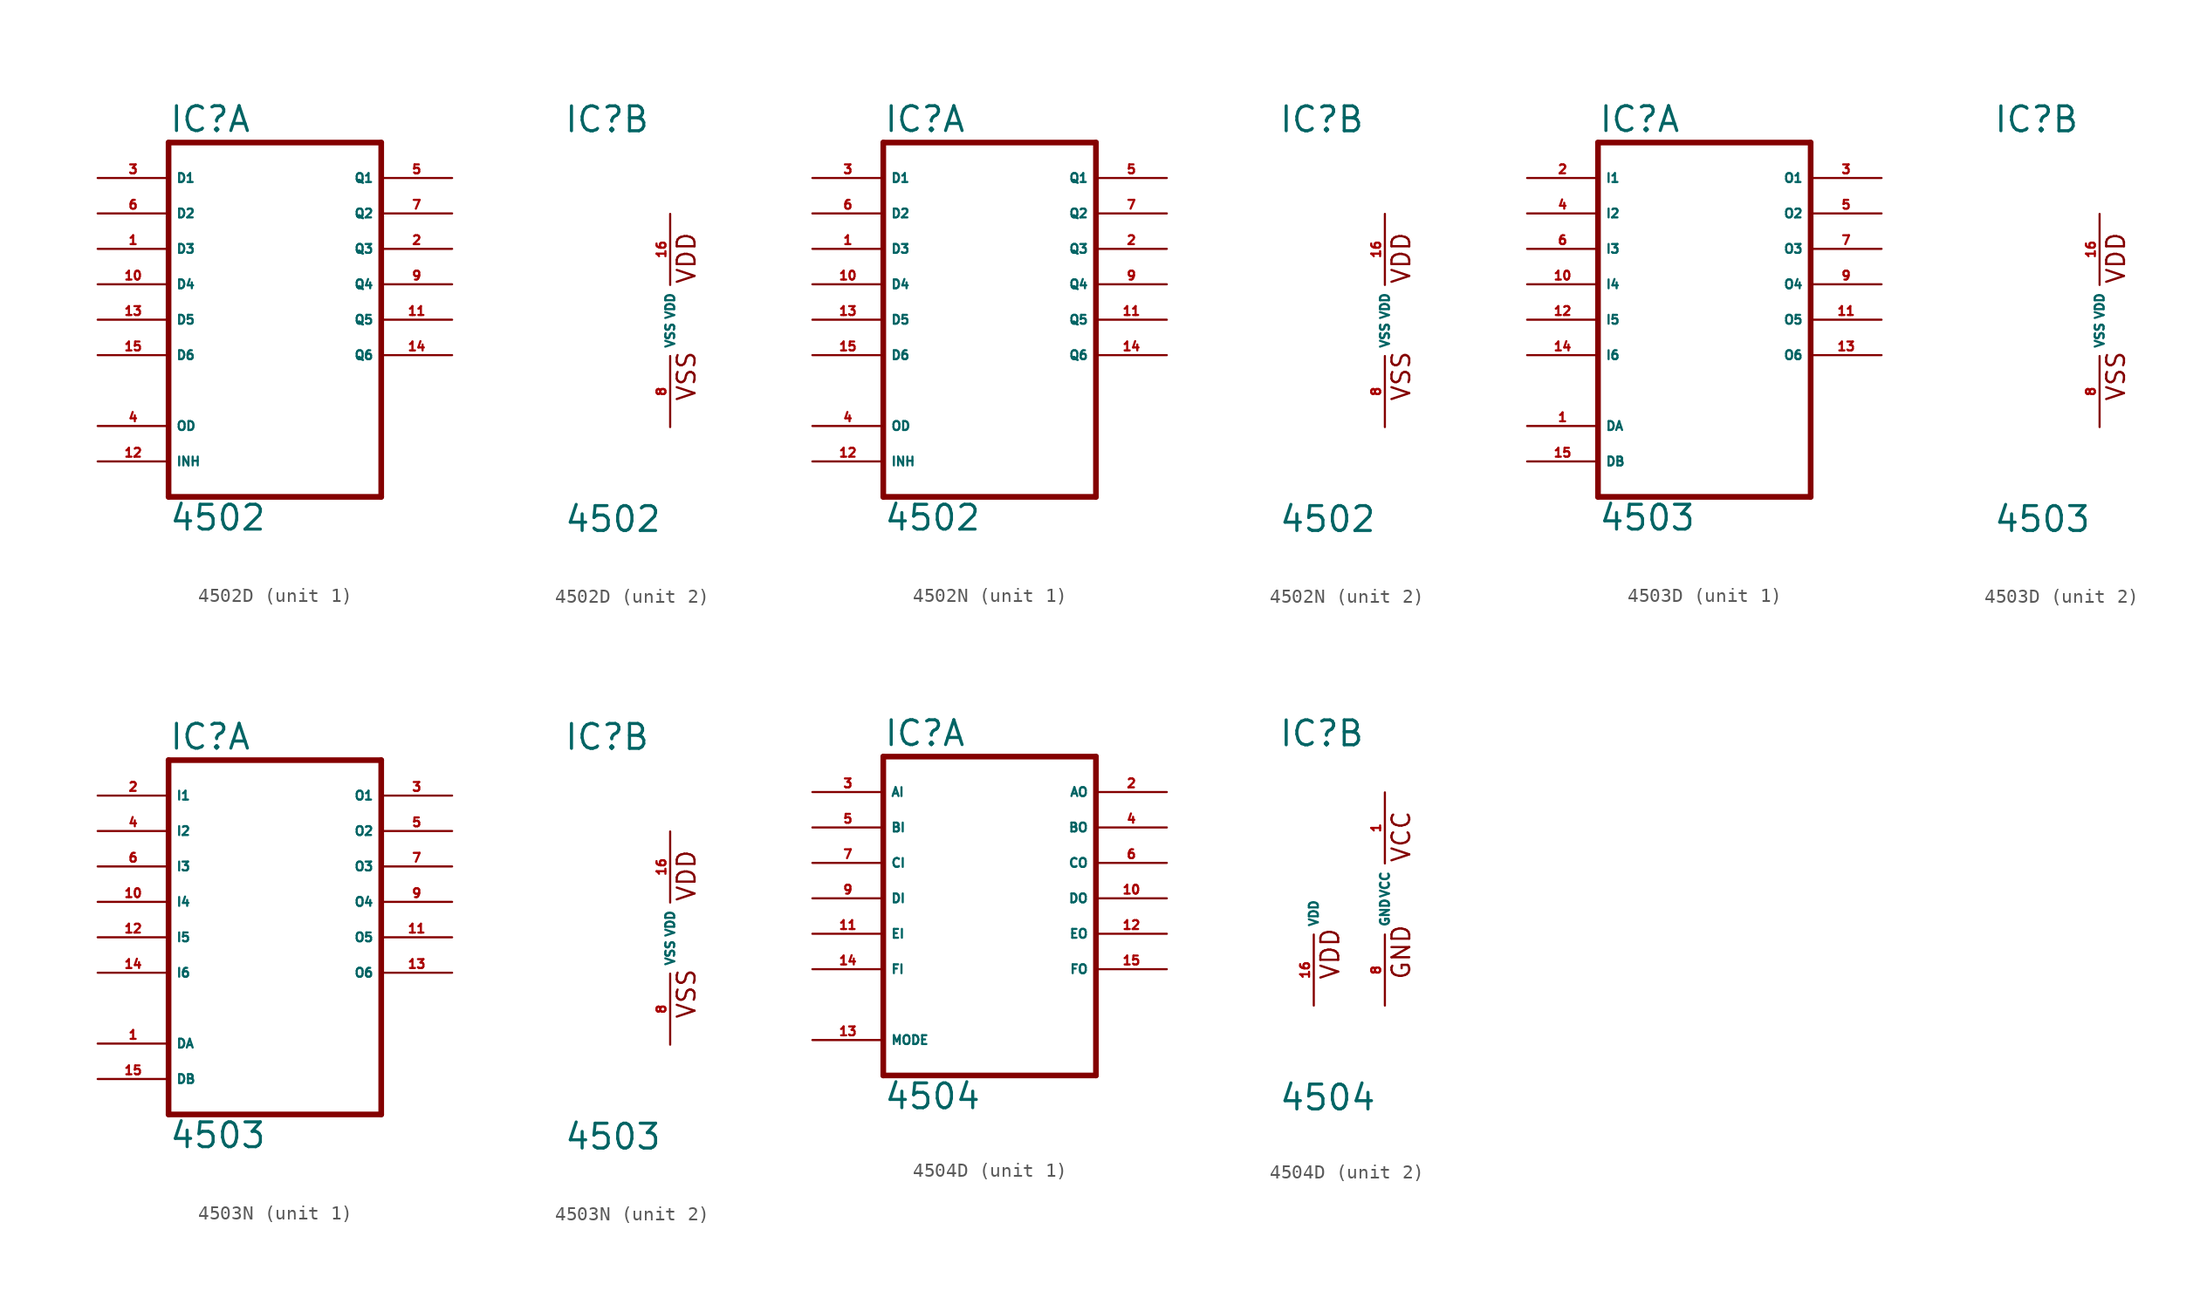
<source format=kicad_sym>
(kicad_symbol_lib
  (version 20220914)
  (generator Eagle2Kicad)
  (symbol "4502D"
    (property "Reference" "IC"
      (at -7.62 13.335 0)
      (effects (font (size 1.778 1.778) (thickness 0.22)) (justify left bottom)))
    (property "Value" "4502"
      (at -7.62 -15.24 0)
      (effects (font (size 1.778 1.778) (thickness 0.22)) (justify left bottom)))
    (symbol "4502D_1_0"
      (polyline (pts (xy -7.62 -12.7) (xy 7.62 -12.7)) (stroke (width 0.406) (type default)) (fill (type none)))
      (polyline (pts (xy 7.62 -12.7) (xy 7.62 12.7)) (stroke (width 0.406) (type default)) (fill (type none)))
      (polyline (pts (xy 7.62 12.7) (xy -7.62 12.7)) (stroke (width 0.406) (type default)) (fill (type none)))
      (polyline (pts (xy -7.62 12.7) (xy -7.62 -12.7)) (stroke (width 0.406) (type default)) (fill (type none)))
      (pin input line (at -12.7 5.08 0) (length 5.08) (name "D3" (effects (font (size 0.635 0.635) (thickness 0.08)) (justify left bottom))) (number "1" (effects (font (size 0.635 0.635) (thickness 0.08)) (justify left bottom))))
      (pin output line (at 12.7 5.08 180) (length 5.08) (name "Q3" (effects (font (size 0.635 0.635) (thickness 0.08)) (justify left bottom))) (number "2" (effects (font (size 0.635 0.635) (thickness 0.08)) (justify left bottom))))
      (pin input line (at -12.7 10.16 0) (length 5.08) (name "D1" (effects (font (size 0.635 0.635) (thickness 0.08)) (justify left bottom))) (number "3" (effects (font (size 0.635 0.635) (thickness 0.08)) (justify left bottom))))
      (pin input line (at -12.7 -7.62 0) (length 5.08) (name "OD" (effects (font (size 0.635 0.635) (thickness 0.08)) (justify left bottom))) (number "4" (effects (font (size 0.635 0.635) (thickness 0.08)) (justify left bottom))))
      (pin output line (at 12.7 10.16 180) (length 5.08) (name "Q1" (effects (font (size 0.635 0.635) (thickness 0.08)) (justify left bottom))) (number "5" (effects (font (size 0.635 0.635) (thickness 0.08)) (justify left bottom))))
      (pin input line (at -12.7 7.62 0) (length 5.08) (name "D2" (effects (font (size 0.635 0.635) (thickness 0.08)) (justify left bottom))) (number "6" (effects (font (size 0.635 0.635) (thickness 0.08)) (justify left bottom))))
      (pin output line (at 12.7 7.62 180) (length 5.08) (name "Q2" (effects (font (size 0.635 0.635) (thickness 0.08)) (justify left bottom))) (number "7" (effects (font (size 0.635 0.635) (thickness 0.08)) (justify left bottom))))
      (pin output line (at 12.7 2.54 180) (length 5.08) (name "Q4" (effects (font (size 0.635 0.635) (thickness 0.08)) (justify left bottom))) (number "9" (effects (font (size 0.635 0.635) (thickness 0.08)) (justify left bottom))))
      (pin input line (at -12.7 2.54 0) (length 5.08) (name "D4" (effects (font (size 0.635 0.635) (thickness 0.08)) (justify left bottom))) (number "10" (effects (font (size 0.635 0.635) (thickness 0.08)) (justify left bottom))))
      (pin output line (at 12.7 0 180) (length 5.08) (name "Q5" (effects (font (size 0.635 0.635) (thickness 0.08)) (justify left bottom))) (number "11" (effects (font (size 0.635 0.635) (thickness 0.08)) (justify left bottom))))
      (pin input line (at -12.7 -10.16 0) (length 5.08) (name "INH" (effects (font (size 0.635 0.635) (thickness 0.08)) (justify left bottom))) (number "12" (effects (font (size 0.635 0.635) (thickness 0.08)) (justify left bottom))))
      (pin input line (at -12.7 0 0) (length 5.08) (name "D5" (effects (font (size 0.635 0.635) (thickness 0.08)) (justify left bottom))) (number "13" (effects (font (size 0.635 0.635) (thickness 0.08)) (justify left bottom))))
      (pin output line (at 12.7 -2.54 180) (length 5.08) (name "Q6" (effects (font (size 0.635 0.635) (thickness 0.08)) (justify left bottom))) (number "14" (effects (font (size 0.635 0.635) (thickness 0.08)) (justify left bottom))))
      (pin input line (at -12.7 -2.54 0) (length 5.08) (name "D6" (effects (font (size 0.635 0.635) (thickness 0.08)) (justify left bottom))) (number "15" (effects (font (size 0.635 0.635) (thickness 0.08)) (justify left bottom)))))
    (symbol "4502D_2_0"
      (text "VDD" (at 1.905 2.54 900) (effects (font (size 1.27 1.27) (thickness 0.16)) (justify left bottom)))
      (text "VSS" (at 1.905 -5.842 900) (effects (font (size 1.27 1.27) (thickness 0.16)) (justify left bottom)))
      (pin unspecified line (at 0 -7.62 90) (length 5.08) (name "VSS" (effects (font (size 0.635 0.635) (thickness 0.08)) (justify left bottom))) (number "8" (effects (font (size 0.635 0.635) (thickness 0.08)) (justify left bottom))))
      (pin unspecified line (at 0 7.62 270) (length 5.08) (name "VDD" (effects (font (size 0.635 0.635) (thickness 0.08)) (justify left bottom))) (number "16" (effects (font (size 0.635 0.635) (thickness 0.08)) (justify left bottom))))))
  (symbol "4502N"
    (property "Reference" "IC"
      (at -7.62 13.335 0)
      (effects (font (size 1.778 1.778) (thickness 0.22)) (justify left bottom)))
    (property "Value" "4502"
      (at -7.62 -15.24 0)
      (effects (font (size 1.778 1.778) (thickness 0.22)) (justify left bottom)))
    (symbol "4502N_1_0"
      (polyline (pts (xy -7.62 -12.7) (xy 7.62 -12.7)) (stroke (width 0.406) (type default)) (fill (type none)))
      (polyline (pts (xy 7.62 -12.7) (xy 7.62 12.7)) (stroke (width 0.406) (type default)) (fill (type none)))
      (polyline (pts (xy 7.62 12.7) (xy -7.62 12.7)) (stroke (width 0.406) (type default)) (fill (type none)))
      (polyline (pts (xy -7.62 12.7) (xy -7.62 -12.7)) (stroke (width 0.406) (type default)) (fill (type none)))
      (pin input line (at -12.7 5.08 0) (length 5.08) (name "D3" (effects (font (size 0.635 0.635) (thickness 0.08)) (justify left bottom))) (number "1" (effects (font (size 0.635 0.635) (thickness 0.08)) (justify left bottom))))
      (pin output line (at 12.7 5.08 180) (length 5.08) (name "Q3" (effects (font (size 0.635 0.635) (thickness 0.08)) (justify left bottom))) (number "2" (effects (font (size 0.635 0.635) (thickness 0.08)) (justify left bottom))))
      (pin input line (at -12.7 10.16 0) (length 5.08) (name "D1" (effects (font (size 0.635 0.635) (thickness 0.08)) (justify left bottom))) (number "3" (effects (font (size 0.635 0.635) (thickness 0.08)) (justify left bottom))))
      (pin input line (at -12.7 -7.62 0) (length 5.08) (name "OD" (effects (font (size 0.635 0.635) (thickness 0.08)) (justify left bottom))) (number "4" (effects (font (size 0.635 0.635) (thickness 0.08)) (justify left bottom))))
      (pin output line (at 12.7 10.16 180) (length 5.08) (name "Q1" (effects (font (size 0.635 0.635) (thickness 0.08)) (justify left bottom))) (number "5" (effects (font (size 0.635 0.635) (thickness 0.08)) (justify left bottom))))
      (pin input line (at -12.7 7.62 0) (length 5.08) (name "D2" (effects (font (size 0.635 0.635) (thickness 0.08)) (justify left bottom))) (number "6" (effects (font (size 0.635 0.635) (thickness 0.08)) (justify left bottom))))
      (pin output line (at 12.7 7.62 180) (length 5.08) (name "Q2" (effects (font (size 0.635 0.635) (thickness 0.08)) (justify left bottom))) (number "7" (effects (font (size 0.635 0.635) (thickness 0.08)) (justify left bottom))))
      (pin output line (at 12.7 2.54 180) (length 5.08) (name "Q4" (effects (font (size 0.635 0.635) (thickness 0.08)) (justify left bottom))) (number "9" (effects (font (size 0.635 0.635) (thickness 0.08)) (justify left bottom))))
      (pin input line (at -12.7 2.54 0) (length 5.08) (name "D4" (effects (font (size 0.635 0.635) (thickness 0.08)) (justify left bottom))) (number "10" (effects (font (size 0.635 0.635) (thickness 0.08)) (justify left bottom))))
      (pin output line (at 12.7 0 180) (length 5.08) (name "Q5" (effects (font (size 0.635 0.635) (thickness 0.08)) (justify left bottom))) (number "11" (effects (font (size 0.635 0.635) (thickness 0.08)) (justify left bottom))))
      (pin input line (at -12.7 -10.16 0) (length 5.08) (name "INH" (effects (font (size 0.635 0.635) (thickness 0.08)) (justify left bottom))) (number "12" (effects (font (size 0.635 0.635) (thickness 0.08)) (justify left bottom))))
      (pin input line (at -12.7 0 0) (length 5.08) (name "D5" (effects (font (size 0.635 0.635) (thickness 0.08)) (justify left bottom))) (number "13" (effects (font (size 0.635 0.635) (thickness 0.08)) (justify left bottom))))
      (pin output line (at 12.7 -2.54 180) (length 5.08) (name "Q6" (effects (font (size 0.635 0.635) (thickness 0.08)) (justify left bottom))) (number "14" (effects (font (size 0.635 0.635) (thickness 0.08)) (justify left bottom))))
      (pin input line (at -12.7 -2.54 0) (length 5.08) (name "D6" (effects (font (size 0.635 0.635) (thickness 0.08)) (justify left bottom))) (number "15" (effects (font (size 0.635 0.635) (thickness 0.08)) (justify left bottom)))))
    (symbol "4502N_2_0"
      (text "VDD" (at 1.905 2.54 900) (effects (font (size 1.27 1.27) (thickness 0.16)) (justify left bottom)))
      (text "VSS" (at 1.905 -5.842 900) (effects (font (size 1.27 1.27) (thickness 0.16)) (justify left bottom)))
      (pin unspecified line (at 0 -7.62 90) (length 5.08) (name "VSS" (effects (font (size 0.635 0.635) (thickness 0.08)) (justify left bottom))) (number "8" (effects (font (size 0.635 0.635) (thickness 0.08)) (justify left bottom))))
      (pin unspecified line (at 0 7.62 270) (length 5.08) (name "VDD" (effects (font (size 0.635 0.635) (thickness 0.08)) (justify left bottom))) (number "16" (effects (font (size 0.635 0.635) (thickness 0.08)) (justify left bottom))))))
  (symbol "4503D"
    (property "Reference" "IC"
      (at -7.62 13.335 0)
      (effects (font (size 1.778 1.778) (thickness 0.22)) (justify left bottom)))
    (property "Value" "4503"
      (at -7.62 -15.24 0)
      (effects (font (size 1.778 1.778) (thickness 0.22)) (justify left bottom)))
    (symbol "4503D_1_0"
      (polyline (pts (xy -7.62 -12.7) (xy 7.62 -12.7)) (stroke (width 0.406) (type default)) (fill (type none)))
      (polyline (pts (xy 7.62 -12.7) (xy 7.62 12.7)) (stroke (width 0.406) (type default)) (fill (type none)))
      (polyline (pts (xy 7.62 12.7) (xy -7.62 12.7)) (stroke (width 0.406) (type default)) (fill (type none)))
      (polyline (pts (xy -7.62 12.7) (xy -7.62 -12.7)) (stroke (width 0.406) (type default)) (fill (type none)))
      (pin input line (at -12.7 -7.62 0) (length 5.08) (name "DA" (effects (font (size 0.635 0.635) (thickness 0.08)) (justify left bottom))) (number "1" (effects (font (size 0.635 0.635) (thickness 0.08)) (justify left bottom))))
      (pin input line (at -12.7 10.16 0) (length 5.08) (name "I1" (effects (font (size 0.635 0.635) (thickness 0.08)) (justify left bottom))) (number "2" (effects (font (size 0.635 0.635) (thickness 0.08)) (justify left bottom))))
      (pin output line (at 12.7 10.16 180) (length 5.08) (name "O1" (effects (font (size 0.635 0.635) (thickness 0.08)) (justify left bottom))) (number "3" (effects (font (size 0.635 0.635) (thickness 0.08)) (justify left bottom))))
      (pin input line (at -12.7 7.62 0) (length 5.08) (name "I2" (effects (font (size 0.635 0.635) (thickness 0.08)) (justify left bottom))) (number "4" (effects (font (size 0.635 0.635) (thickness 0.08)) (justify left bottom))))
      (pin output line (at 12.7 7.62 180) (length 5.08) (name "O2" (effects (font (size 0.635 0.635) (thickness 0.08)) (justify left bottom))) (number "5" (effects (font (size 0.635 0.635) (thickness 0.08)) (justify left bottom))))
      (pin input line (at -12.7 5.08 0) (length 5.08) (name "I3" (effects (font (size 0.635 0.635) (thickness 0.08)) (justify left bottom))) (number "6" (effects (font (size 0.635 0.635) (thickness 0.08)) (justify left bottom))))
      (pin output line (at 12.7 5.08 180) (length 5.08) (name "O3" (effects (font (size 0.635 0.635) (thickness 0.08)) (justify left bottom))) (number "7" (effects (font (size 0.635 0.635) (thickness 0.08)) (justify left bottom))))
      (pin output line (at 12.7 2.54 180) (length 5.08) (name "O4" (effects (font (size 0.635 0.635) (thickness 0.08)) (justify left bottom))) (number "9" (effects (font (size 0.635 0.635) (thickness 0.08)) (justify left bottom))))
      (pin input line (at -12.7 2.54 0) (length 5.08) (name "I4" (effects (font (size 0.635 0.635) (thickness 0.08)) (justify left bottom))) (number "10" (effects (font (size 0.635 0.635) (thickness 0.08)) (justify left bottom))))
      (pin output line (at 12.7 0 180) (length 5.08) (name "O5" (effects (font (size 0.635 0.635) (thickness 0.08)) (justify left bottom))) (number "11" (effects (font (size 0.635 0.635) (thickness 0.08)) (justify left bottom))))
      (pin input line (at -12.7 0 0) (length 5.08) (name "I5" (effects (font (size 0.635 0.635) (thickness 0.08)) (justify left bottom))) (number "12" (effects (font (size 0.635 0.635) (thickness 0.08)) (justify left bottom))))
      (pin output line (at 12.7 -2.54 180) (length 5.08) (name "O6" (effects (font (size 0.635 0.635) (thickness 0.08)) (justify left bottom))) (number "13" (effects (font (size 0.635 0.635) (thickness 0.08)) (justify left bottom))))
      (pin input line (at -12.7 -2.54 0) (length 5.08) (name "I6" (effects (font (size 0.635 0.635) (thickness 0.08)) (justify left bottom))) (number "14" (effects (font (size 0.635 0.635) (thickness 0.08)) (justify left bottom))))
      (pin input line (at -12.7 -10.16 0) (length 5.08) (name "DB" (effects (font (size 0.635 0.635) (thickness 0.08)) (justify left bottom))) (number "15" (effects (font (size 0.635 0.635) (thickness 0.08)) (justify left bottom)))))
    (symbol "4503D_2_0"
      (text "VDD" (at 1.905 2.54 900) (effects (font (size 1.27 1.27) (thickness 0.16)) (justify left bottom)))
      (text "VSS" (at 1.905 -5.842 900) (effects (font (size 1.27 1.27) (thickness 0.16)) (justify left bottom)))
      (pin unspecified line (at 0 -7.62 90) (length 5.08) (name "VSS" (effects (font (size 0.635 0.635) (thickness 0.08)) (justify left bottom))) (number "8" (effects (font (size 0.635 0.635) (thickness 0.08)) (justify left bottom))))
      (pin unspecified line (at 0 7.62 270) (length 5.08) (name "VDD" (effects (font (size 0.635 0.635) (thickness 0.08)) (justify left bottom))) (number "16" (effects (font (size 0.635 0.635) (thickness 0.08)) (justify left bottom))))))
  (symbol "4503N"
    (property "Reference" "IC"
      (at -7.62 13.335 0)
      (effects (font (size 1.778 1.778) (thickness 0.22)) (justify left bottom)))
    (property "Value" "4503"
      (at -7.62 -15.24 0)
      (effects (font (size 1.778 1.778) (thickness 0.22)) (justify left bottom)))
    (symbol "4503N_1_0"
      (polyline (pts (xy -7.62 -12.7) (xy 7.62 -12.7)) (stroke (width 0.406) (type default)) (fill (type none)))
      (polyline (pts (xy 7.62 -12.7) (xy 7.62 12.7)) (stroke (width 0.406) (type default)) (fill (type none)))
      (polyline (pts (xy 7.62 12.7) (xy -7.62 12.7)) (stroke (width 0.406) (type default)) (fill (type none)))
      (polyline (pts (xy -7.62 12.7) (xy -7.62 -12.7)) (stroke (width 0.406) (type default)) (fill (type none)))
      (pin input line (at -12.7 -7.62 0) (length 5.08) (name "DA" (effects (font (size 0.635 0.635) (thickness 0.08)) (justify left bottom))) (number "1" (effects (font (size 0.635 0.635) (thickness 0.08)) (justify left bottom))))
      (pin input line (at -12.7 10.16 0) (length 5.08) (name "I1" (effects (font (size 0.635 0.635) (thickness 0.08)) (justify left bottom))) (number "2" (effects (font (size 0.635 0.635) (thickness 0.08)) (justify left bottom))))
      (pin output line (at 12.7 10.16 180) (length 5.08) (name "O1" (effects (font (size 0.635 0.635) (thickness 0.08)) (justify left bottom))) (number "3" (effects (font (size 0.635 0.635) (thickness 0.08)) (justify left bottom))))
      (pin input line (at -12.7 7.62 0) (length 5.08) (name "I2" (effects (font (size 0.635 0.635) (thickness 0.08)) (justify left bottom))) (number "4" (effects (font (size 0.635 0.635) (thickness 0.08)) (justify left bottom))))
      (pin output line (at 12.7 7.62 180) (length 5.08) (name "O2" (effects (font (size 0.635 0.635) (thickness 0.08)) (justify left bottom))) (number "5" (effects (font (size 0.635 0.635) (thickness 0.08)) (justify left bottom))))
      (pin input line (at -12.7 5.08 0) (length 5.08) (name "I3" (effects (font (size 0.635 0.635) (thickness 0.08)) (justify left bottom))) (number "6" (effects (font (size 0.635 0.635) (thickness 0.08)) (justify left bottom))))
      (pin output line (at 12.7 5.08 180) (length 5.08) (name "O3" (effects (font (size 0.635 0.635) (thickness 0.08)) (justify left bottom))) (number "7" (effects (font (size 0.635 0.635) (thickness 0.08)) (justify left bottom))))
      (pin output line (at 12.7 2.54 180) (length 5.08) (name "O4" (effects (font (size 0.635 0.635) (thickness 0.08)) (justify left bottom))) (number "9" (effects (font (size 0.635 0.635) (thickness 0.08)) (justify left bottom))))
      (pin input line (at -12.7 2.54 0) (length 5.08) (name "I4" (effects (font (size 0.635 0.635) (thickness 0.08)) (justify left bottom))) (number "10" (effects (font (size 0.635 0.635) (thickness 0.08)) (justify left bottom))))
      (pin output line (at 12.7 0 180) (length 5.08) (name "O5" (effects (font (size 0.635 0.635) (thickness 0.08)) (justify left bottom))) (number "11" (effects (font (size 0.635 0.635) (thickness 0.08)) (justify left bottom))))
      (pin input line (at -12.7 0 0) (length 5.08) (name "I5" (effects (font (size 0.635 0.635) (thickness 0.08)) (justify left bottom))) (number "12" (effects (font (size 0.635 0.635) (thickness 0.08)) (justify left bottom))))
      (pin output line (at 12.7 -2.54 180) (length 5.08) (name "O6" (effects (font (size 0.635 0.635) (thickness 0.08)) (justify left bottom))) (number "13" (effects (font (size 0.635 0.635) (thickness 0.08)) (justify left bottom))))
      (pin input line (at -12.7 -2.54 0) (length 5.08) (name "I6" (effects (font (size 0.635 0.635) (thickness 0.08)) (justify left bottom))) (number "14" (effects (font (size 0.635 0.635) (thickness 0.08)) (justify left bottom))))
      (pin input line (at -12.7 -10.16 0) (length 5.08) (name "DB" (effects (font (size 0.635 0.635) (thickness 0.08)) (justify left bottom))) (number "15" (effects (font (size 0.635 0.635) (thickness 0.08)) (justify left bottom)))))
    (symbol "4503N_2_0"
      (text "VDD" (at 1.905 2.54 900) (effects (font (size 1.27 1.27) (thickness 0.16)) (justify left bottom)))
      (text "VSS" (at 1.905 -5.842 900) (effects (font (size 1.27 1.27) (thickness 0.16)) (justify left bottom)))
      (pin unspecified line (at 0 -7.62 90) (length 5.08) (name "VSS" (effects (font (size 0.635 0.635) (thickness 0.08)) (justify left bottom))) (number "8" (effects (font (size 0.635 0.635) (thickness 0.08)) (justify left bottom))))
      (pin unspecified line (at 0 7.62 270) (length 5.08) (name "VDD" (effects (font (size 0.635 0.635) (thickness 0.08)) (justify left bottom))) (number "16" (effects (font (size 0.635 0.635) (thickness 0.08)) (justify left bottom))))))
  (symbol "4504D"
    (property "Reference" "IC"
      (at -7.62 10.795 0)
      (effects (font (size 1.778 1.778) (thickness 0.22)) (justify left bottom)))
    (property "Value" "4504"
      (at -7.62 -15.24 0)
      (effects (font (size 1.778 1.778) (thickness 0.22)) (justify left bottom)))
    (symbol "4504D_1_0"
      (polyline (pts (xy -7.62 -12.7) (xy 7.62 -12.7)) (stroke (width 0.406) (type default)) (fill (type none)))
      (polyline (pts (xy 7.62 -12.7) (xy 7.62 10.16)) (stroke (width 0.406) (type default)) (fill (type none)))
      (polyline (pts (xy 7.62 10.16) (xy -7.62 10.16)) (stroke (width 0.406) (type default)) (fill (type none)))
      (polyline (pts (xy -7.62 10.16) (xy -7.62 -12.7)) (stroke (width 0.406) (type default)) (fill (type none)))
      (pin output line (at 12.7 7.62 180) (length 5.08) (name "AO" (effects (font (size 0.635 0.635) (thickness 0.08)) (justify left bottom))) (number "2" (effects (font (size 0.635 0.635) (thickness 0.08)) (justify left bottom))))
      (pin input line (at -12.7 7.62 0) (length 5.08) (name "AI" (effects (font (size 0.635 0.635) (thickness 0.08)) (justify left bottom))) (number "3" (effects (font (size 0.635 0.635) (thickness 0.08)) (justify left bottom))))
      (pin output line (at 12.7 5.08 180) (length 5.08) (name "BO" (effects (font (size 0.635 0.635) (thickness 0.08)) (justify left bottom))) (number "4" (effects (font (size 0.635 0.635) (thickness 0.08)) (justify left bottom))))
      (pin input line (at -12.7 5.08 0) (length 5.08) (name "BI" (effects (font (size 0.635 0.635) (thickness 0.08)) (justify left bottom))) (number "5" (effects (font (size 0.635 0.635) (thickness 0.08)) (justify left bottom))))
      (pin output line (at 12.7 2.54 180) (length 5.08) (name "CO" (effects (font (size 0.635 0.635) (thickness 0.08)) (justify left bottom))) (number "6" (effects (font (size 0.635 0.635) (thickness 0.08)) (justify left bottom))))
      (pin input line (at -12.7 2.54 0) (length 5.08) (name "CI" (effects (font (size 0.635 0.635) (thickness 0.08)) (justify left bottom))) (number "7" (effects (font (size 0.635 0.635) (thickness 0.08)) (justify left bottom))))
      (pin input line (at -12.7 0 0) (length 5.08) (name "DI" (effects (font (size 0.635 0.635) (thickness 0.08)) (justify left bottom))) (number "9" (effects (font (size 0.635 0.635) (thickness 0.08)) (justify left bottom))))
      (pin output line (at 12.7 0 180) (length 5.08) (name "DO" (effects (font (size 0.635 0.635) (thickness 0.08)) (justify left bottom))) (number "10" (effects (font (size 0.635 0.635) (thickness 0.08)) (justify left bottom))))
      (pin input line (at -12.7 -2.54 0) (length 5.08) (name "EI" (effects (font (size 0.635 0.635) (thickness 0.08)) (justify left bottom))) (number "11" (effects (font (size 0.635 0.635) (thickness 0.08)) (justify left bottom))))
      (pin output line (at 12.7 -2.54 180) (length 5.08) (name "EO" (effects (font (size 0.635 0.635) (thickness 0.08)) (justify left bottom))) (number "12" (effects (font (size 0.635 0.635) (thickness 0.08)) (justify left bottom))))
      (pin input line (at -12.7 -10.16 0) (length 5.08) (name "MODE" (effects (font (size 0.635 0.635) (thickness 0.08)) (justify left bottom))) (number "13" (effects (font (size 0.635 0.635) (thickness 0.08)) (justify left bottom))))
      (pin input line (at -12.7 -5.08 0) (length 5.08) (name "FI" (effects (font (size 0.635 0.635) (thickness 0.08)) (justify left bottom))) (number "14" (effects (font (size 0.635 0.635) (thickness 0.08)) (justify left bottom))))
      (pin output line (at 12.7 -5.08 180) (length 5.08) (name "FO" (effects (font (size 0.635 0.635) (thickness 0.08)) (justify left bottom))) (number "15" (effects (font (size 0.635 0.635) (thickness 0.08)) (justify left bottom)))))
    (symbol "4504D_2_0"
      (text "VCC" (at 1.905 2.54 900) (effects (font (size 1.27 1.27) (thickness 0.16)) (justify left bottom)))
      (text "VDD" (at -3.175 -5.842 900) (effects (font (size 1.27 1.27) (thickness 0.16)) (justify left bottom)))
      (text "GND" (at 1.905 -5.842 900) (effects (font (size 1.27 1.27) (thickness 0.16)) (justify left bottom)))
      (pin unspecified line (at 0 -7.62 90) (length 5.08) (name "GND" (effects (font (size 0.635 0.635) (thickness 0.08)) (justify left bottom))) (number "8" (effects (font (size 0.635 0.635) (thickness 0.08)) (justify left bottom))))
      (pin unspecified line (at 0 7.62 270) (length 5.08) (name "VCC" (effects (font (size 0.635 0.635) (thickness 0.08)) (justify left bottom))) (number "1" (effects (font (size 0.635 0.635) (thickness 0.08)) (justify left bottom))))
      (pin unspecified line (at -5.08 -7.62 90) (length 5.08) (name "VDD" (effects (font (size 0.635 0.635) (thickness 0.08)) (justify left bottom))) (number "16" (effects (font (size 0.635 0.635) (thickness 0.08)) (justify left bottom)))))))
</source>
